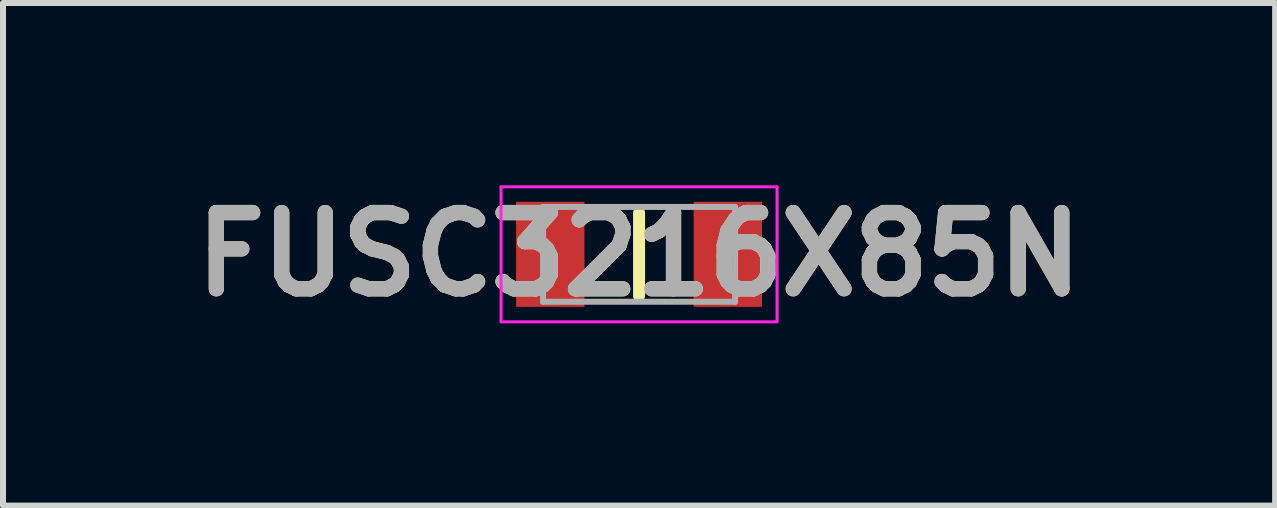
<source format=kicad_pcb>
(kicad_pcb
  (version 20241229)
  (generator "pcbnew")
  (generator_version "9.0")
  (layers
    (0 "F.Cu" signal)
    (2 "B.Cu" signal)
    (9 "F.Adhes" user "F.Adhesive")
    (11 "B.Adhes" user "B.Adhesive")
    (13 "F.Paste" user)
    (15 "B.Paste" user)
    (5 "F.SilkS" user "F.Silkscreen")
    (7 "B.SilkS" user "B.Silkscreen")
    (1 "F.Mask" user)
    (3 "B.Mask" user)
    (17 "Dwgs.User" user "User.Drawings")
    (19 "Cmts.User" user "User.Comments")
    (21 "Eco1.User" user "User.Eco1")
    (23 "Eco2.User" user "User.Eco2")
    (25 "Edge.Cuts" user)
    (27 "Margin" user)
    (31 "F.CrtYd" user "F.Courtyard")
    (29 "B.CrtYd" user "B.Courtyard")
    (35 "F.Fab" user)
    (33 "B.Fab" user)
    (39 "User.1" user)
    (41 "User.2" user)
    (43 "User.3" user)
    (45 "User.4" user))
  (footprint "FUSC3216X85N"
    (layer "F.Cu")
    (at 7.602 1.189)
    (property "Reference" "FUSC3216X85N" (at 0 0 0) (layer "F.SilkS") (effects (font (size 1.27 1.27) (thickness 0.254))))
    (attr smd)
    (fp_line (start 0 -0.69) (end 0 0.69) (stroke (width 0.2) (type solid)) (layer "F.SilkS"))
    (fp_line (start -2.3 -1.125) (end 2.3 -1.125) (stroke (width 0.05) (type solid)) (layer "F.CrtYd"))
    (fp_line (start -2.3 1.125) (end -2.3 -1.125) (stroke (width 0.05) (type solid)) (layer "F.CrtYd"))
    (fp_line (start 2.3 -1.125) (end 2.3 1.125) (stroke (width 0.05) (type solid)) (layer "F.CrtYd"))
    (fp_line (start 2.3 1.125) (end -2.3 1.125) (stroke (width 0.05) (type solid)) (layer "F.CrtYd"))
    (fp_line (start -1.6 -0.79) (end 1.6 -0.79) (stroke (width 0.1) (type solid)) (layer "F.Fab"))
    (fp_line (start -1.6 0.79) (end -1.6 -0.79) (stroke (width 0.1) (type solid)) (layer "F.Fab"))
    (fp_line (start 1.6 -0.79) (end 1.6 0.79) (stroke (width 0.1) (type solid)) (layer "F.Fab"))
    (fp_line (start 1.6 0.79) (end -1.6 0.79) (stroke (width 0.1) (type solid)) (layer "F.Fab"))
    (fp_text user "${REFERENCE}" (at 0 0 0) (layer "F.Fab") (effects (font (size 1.27 1.27) (thickness 0.254))))
    (pad "1" smd rect (at -1.48 0) (size 1.14 1.75) (layers "F.Cu" "F.Mask" "F.Paste"))
    (pad "2" smd rect (at 1.48 0) (size 1.14 1.75) (layers "F.Cu" "F.Mask" "F.Paste")))
  (gr_rect
    (start -3 -3)
    (end 18.204 5.377)
    (stroke (width 0.1) (type default))
    (fill no)
    (layer "Edge.Cuts")))
</source>
